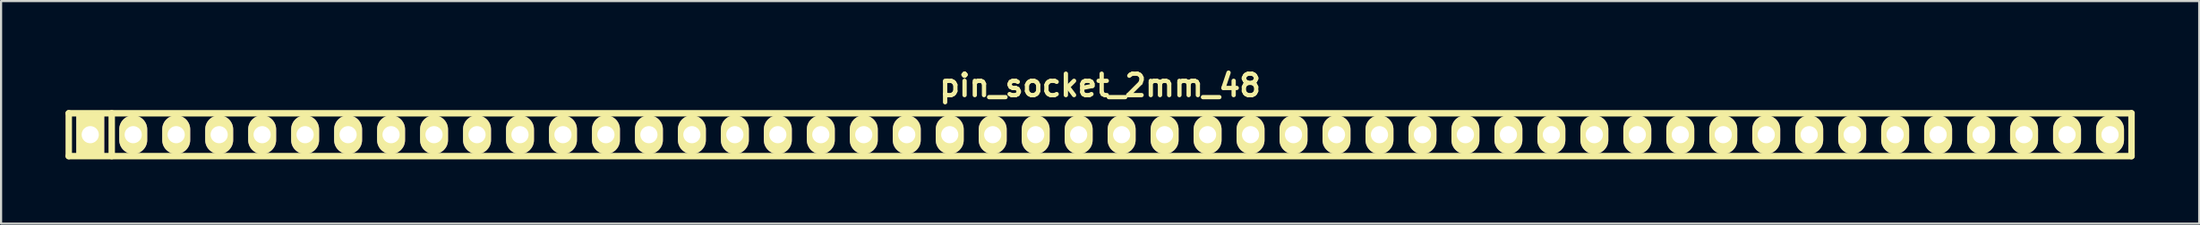
<source format=kicad_pcb>
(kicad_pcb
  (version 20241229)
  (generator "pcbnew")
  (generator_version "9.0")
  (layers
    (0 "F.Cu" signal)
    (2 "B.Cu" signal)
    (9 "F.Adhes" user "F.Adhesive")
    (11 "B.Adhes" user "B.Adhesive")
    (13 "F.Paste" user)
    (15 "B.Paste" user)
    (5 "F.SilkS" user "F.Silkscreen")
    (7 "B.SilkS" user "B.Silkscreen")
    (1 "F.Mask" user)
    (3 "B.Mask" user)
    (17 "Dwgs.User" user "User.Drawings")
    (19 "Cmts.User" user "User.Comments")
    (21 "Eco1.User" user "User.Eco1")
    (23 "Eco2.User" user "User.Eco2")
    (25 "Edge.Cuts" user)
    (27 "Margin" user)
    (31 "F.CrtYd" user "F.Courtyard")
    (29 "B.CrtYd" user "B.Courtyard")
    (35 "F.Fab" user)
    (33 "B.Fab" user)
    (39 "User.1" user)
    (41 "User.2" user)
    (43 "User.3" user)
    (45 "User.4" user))
  (footprint "pin_socket_2mm_48"
    (layer "F.Cu")
    (at 48.15 3.236)
    (property "Reference" "pin_socket_2mm_48" (at 0 -2.3 0) (layer "F.SilkS") (effects (font (size 1 1) (thickness 0.2))))
    (attr through_hole)
    (fp_line (start -48 -1) (end 48 -1) (stroke (width 0.3) (type solid)) (layer "F.SilkS"))
    (fp_line (start -48 1) (end -48 -1) (stroke (width 0.3) (type solid)) (layer "F.SilkS"))
    (fp_line (start -46 -1) (end -46 1) (stroke (width 0.3) (type solid)) (layer "F.SilkS"))
    (fp_line (start 48 -1) (end 48 1) (stroke (width 0.3) (type solid)) (layer "F.SilkS"))
    (fp_line (start 48 1) (end -48 1) (stroke (width 0.3) (type solid)) (layer "F.SilkS"))
    (pad "1" thru_hole rect (at -47 0) (size 1.3 1.8) (drill 0.8) (layers "*.Cu" "*.Mask" "F.SilkS"))
    (pad "2" thru_hole oval (at -45 0) (size 1.3 1.8) (drill 0.8) (layers "*.Cu" "*.Mask" "F.SilkS"))
    (pad "3" thru_hole oval (at -43 0) (size 1.3 1.8) (drill 0.8) (layers "*.Cu" "*.Mask" "F.SilkS"))
    (pad "4" thru_hole oval (at -41 0) (size 1.3 1.8) (drill 0.8) (layers "*.Cu" "*.Mask" "F.SilkS"))
    (pad "5" thru_hole oval (at -39 0) (size 1.3 1.8) (drill 0.8) (layers "*.Cu" "*.Mask" "F.SilkS"))
    (pad "6" thru_hole oval (at -37 0) (size 1.3 1.8) (drill 0.8) (layers "*.Cu" "*.Mask" "F.SilkS"))
    (pad "7" thru_hole oval (at -35 0) (size 1.3 1.8) (drill 0.8) (layers "*.Cu" "*.Mask" "F.SilkS"))
    (pad "8" thru_hole oval (at -33 0) (size 1.3 1.8) (drill 0.8) (layers "*.Cu" "*.Mask" "F.SilkS"))
    (pad "9" thru_hole oval (at -31 0) (size 1.3 1.8) (drill 0.8) (layers "*.Cu" "*.Mask" "F.SilkS"))
    (pad "10" thru_hole oval (at -29 0) (size 1.3 1.8) (drill 0.8) (layers "*.Cu" "*.Mask" "F.SilkS"))
    (pad "11" thru_hole oval (at -27 0) (size 1.3 1.8) (drill 0.8) (layers "*.Cu" "*.Mask" "F.SilkS"))
    (pad "12" thru_hole oval (at -25 0) (size 1.3 1.8) (drill 0.8) (layers "*.Cu" "*.Mask" "F.SilkS"))
    (pad "13" thru_hole oval (at -23 0) (size 1.3 1.8) (drill 0.8) (layers "*.Cu" "*.Mask" "F.SilkS"))
    (pad "14" thru_hole oval (at -21 0) (size 1.3 1.8) (drill 0.8) (layers "*.Cu" "*.Mask" "F.SilkS"))
    (pad "15" thru_hole oval (at -19 0) (size 1.3 1.8) (drill 0.8) (layers "*.Cu" "*.Mask" "F.SilkS"))
    (pad "16" thru_hole oval (at -17 0) (size 1.3 1.8) (drill 0.8) (layers "*.Cu" "*.Mask" "F.SilkS"))
    (pad "17" thru_hole oval (at -15 0) (size 1.3 1.8) (drill 0.8) (layers "*.Cu" "*.Mask" "F.SilkS"))
    (pad "18" thru_hole oval (at -13 0) (size 1.3 1.8) (drill 0.8) (layers "*.Cu" "*.Mask" "F.SilkS"))
    (pad "19" thru_hole oval (at -11 0) (size 1.3 1.8) (drill 0.8) (layers "*.Cu" "*.Mask" "F.SilkS"))
    (pad "20" thru_hole oval (at -9 0) (size 1.3 1.8) (drill 0.8) (layers "*.Cu" "*.Mask" "F.SilkS"))
    (pad "21" thru_hole oval (at -7 0) (size 1.3 1.8) (drill 0.8) (layers "*.Cu" "*.Mask" "F.SilkS"))
    (pad "22" thru_hole oval (at -5 0) (size 1.3 1.8) (drill 0.8) (layers "*.Cu" "*.Mask" "F.SilkS"))
    (pad "23" thru_hole oval (at -3 0) (size 1.3 1.8) (drill 0.8) (layers "*.Cu" "*.Mask" "F.SilkS"))
    (pad "24" thru_hole oval (at -1 0) (size 1.3 1.8) (drill 0.8) (layers "*.Cu" "*.Mask" "F.SilkS"))
    (pad "25" thru_hole oval (at 1 0) (size 1.3 1.8) (drill 0.8) (layers "*.Cu" "*.Mask" "F.SilkS"))
    (pad "26" thru_hole oval (at 3 0) (size 1.3 1.8) (drill 0.8) (layers "*.Cu" "*.Mask" "F.SilkS"))
    (pad "27" thru_hole oval (at 5 0) (size 1.3 1.8) (drill 0.8) (layers "*.Cu" "*.Mask" "F.SilkS"))
    (pad "28" thru_hole oval (at 7 0) (size 1.3 1.8) (drill 0.8) (layers "*.Cu" "*.Mask" "F.SilkS"))
    (pad "29" thru_hole oval (at 9 0) (size 1.3 1.8) (drill 0.8) (layers "*.Cu" "*.Mask" "F.SilkS"))
    (pad "30" thru_hole oval (at 11 0) (size 1.3 1.8) (drill 0.8) (layers "*.Cu" "*.Mask" "F.SilkS"))
    (pad "31" thru_hole oval (at 13 0) (size 1.3 1.8) (drill 0.8) (layers "*.Cu" "*.Mask" "F.SilkS"))
    (pad "32" thru_hole oval (at 15 0) (size 1.3 1.8) (drill 0.8) (layers "*.Cu" "*.Mask" "F.SilkS"))
    (pad "33" thru_hole oval (at 17 0) (size 1.3 1.8) (drill 0.8) (layers "*.Cu" "*.Mask" "F.SilkS"))
    (pad "34" thru_hole oval (at 19 0) (size 1.3 1.8) (drill 0.8) (layers "*.Cu" "*.Mask" "F.SilkS"))
    (pad "35" thru_hole oval (at 21 0) (size 1.3 1.8) (drill 0.8) (layers "*.Cu" "*.Mask" "F.SilkS"))
    (pad "36" thru_hole oval (at 23 0) (size 1.3 1.8) (drill 0.8) (layers "*.Cu" "*.Mask" "F.SilkS"))
    (pad "37" thru_hole oval (at 25 0) (size 1.3 1.8) (drill 0.8) (layers "*.Cu" "*.Mask" "F.SilkS"))
    (pad "38" thru_hole oval (at 27 0) (size 1.3 1.8) (drill 0.8) (layers "*.Cu" "*.Mask" "F.SilkS"))
    (pad "39" thru_hole oval (at 29 0) (size 1.3 1.8) (drill 0.8) (layers "*.Cu" "*.Mask" "F.SilkS"))
    (pad "40" thru_hole oval (at 31 0) (size 1.3 1.8) (drill 0.8) (layers "*.Cu" "*.Mask" "F.SilkS"))
    (pad "41" thru_hole oval (at 33 0) (size 1.3 1.8) (drill 0.8) (layers "*.Cu" "*.Mask" "F.SilkS"))
    (pad "42" thru_hole oval (at 35 0) (size 1.3 1.8) (drill 0.8) (layers "*.Cu" "*.Mask" "F.SilkS"))
    (pad "43" thru_hole oval (at 37 0) (size 1.3 1.8) (drill 0.8) (layers "*.Cu" "*.Mask" "F.SilkS"))
    (pad "44" thru_hole oval (at 39 0) (size 1.3 1.8) (drill 0.8) (layers "*.Cu" "*.Mask" "F.SilkS"))
    (pad "45" thru_hole oval (at 41 0) (size 1.3 1.8) (drill 0.8) (layers "*.Cu" "*.Mask" "F.SilkS"))
    (pad "46" thru_hole oval (at 43 0) (size 1.3 1.8) (drill 0.8) (layers "*.Cu" "*.Mask" "F.SilkS"))
    (pad "47" thru_hole oval (at 45 0) (size 1.3 1.8) (drill 0.8) (layers "*.Cu" "*.Mask" "F.SilkS"))
    (pad "48" thru_hole oval (at 47 0) (size 1.3 1.8) (drill 0.8) (layers "*.Cu" "*.Mask" "F.SilkS")))
  (gr_rect
    (start -3 -3)
    (end 99.3 7.386)
    (stroke (width 0.1) (type default))
    (fill no)
    (layer "Edge.Cuts")))
</source>
